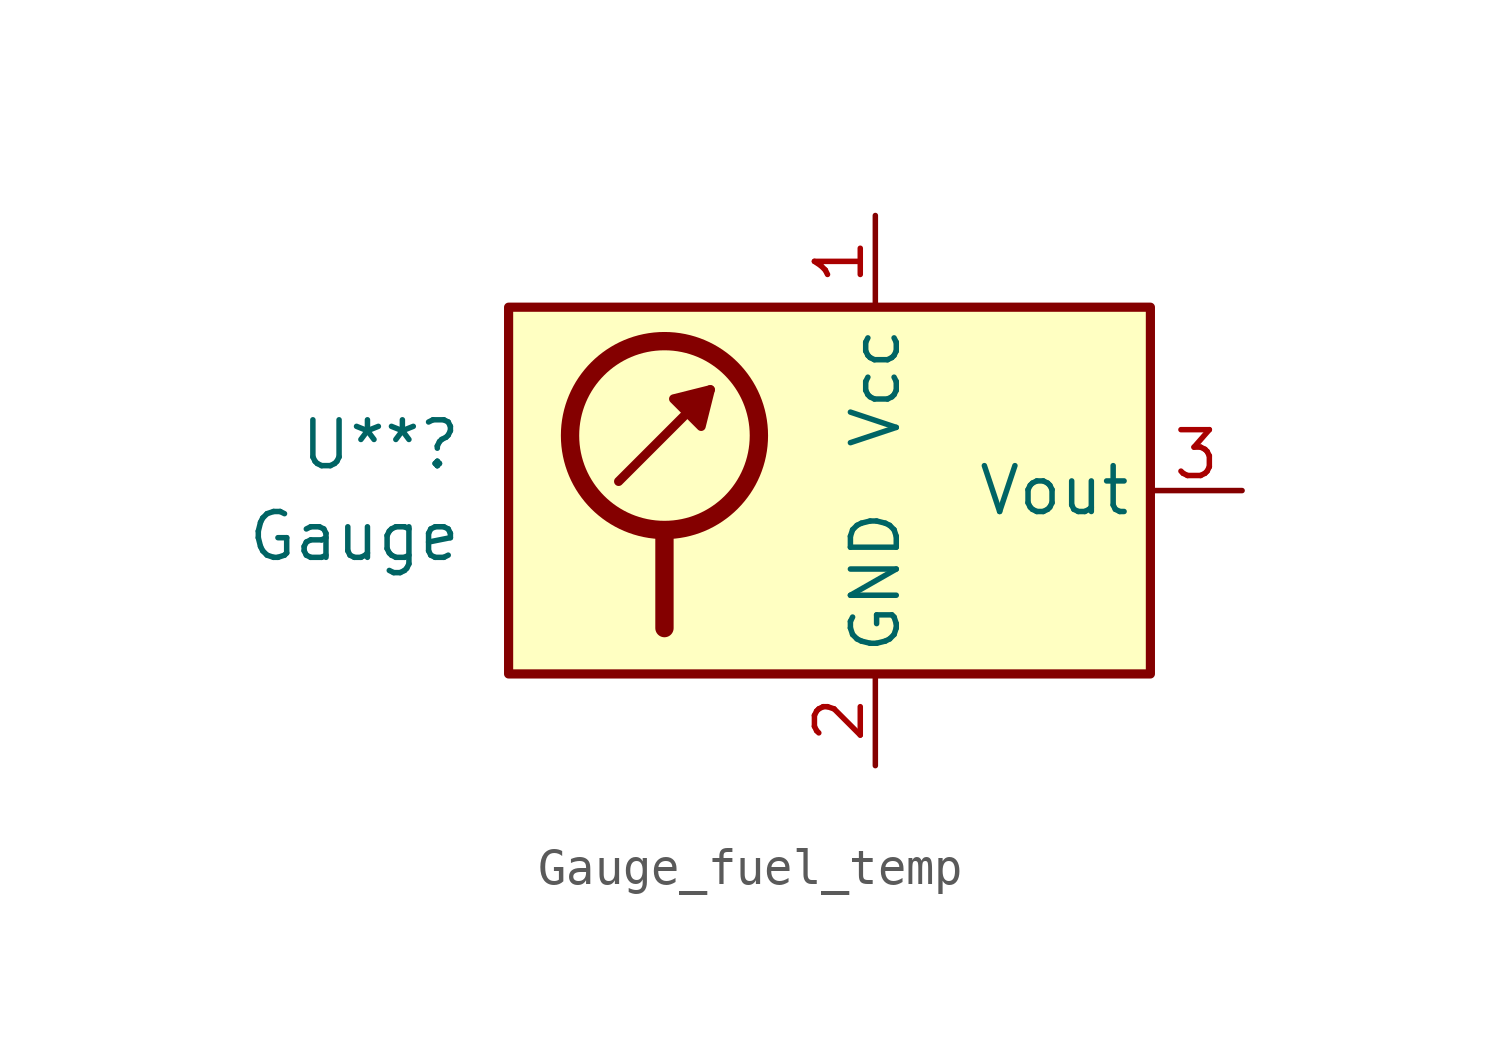
<source format=kicad_sym>
(kicad_symbol_lib
  (version 20241209)
  (generator "kicad_symbol_editor")
  (generator_version "9.0")
  (symbol "Gauge_fuel_temp"
    (property "Reference" "U**"
      (at -11.43 1.27 0)
      (effects (font (size 1.27 1.27)) (justify right)))
    (property "Value" "Gauge"
      (at -11.43 -1.27 0)
      (effects (font (size 1.27 1.27)) (justify right)))
    (symbol "Gauge_fuel_temp_0_1"
      (polyline (pts (xy -7.112 0.254) (xy -4.572 2.794)) (stroke (width 0.254) (type default)) (fill (type none)))
      (circle (center -5.842 1.524) (radius 2.616) (stroke (width 0.508) (type default)) (fill (type none)))
      (polyline (pts (xy -5.842 -1.27) (xy -5.842 -3.81)) (stroke (width 0.508) (type default)) (fill (type none)))
      (polyline (pts (xy -4.572 2.794) (xy -4.826 1.778) (xy -5.588 2.54) (xy -4.572 2.794)) (stroke (width 0.254) (type default)) (fill (type outline))))
    (symbol "Gauge_fuel_temp_1_1"
      (rectangle (start -10.16 5.08) (end 7.62 -5.08) (stroke (width 0.254) (type solid)) (fill (type background)))
      (pin power_in line (at 0 7.62 270) (length 2.54) (name "Vcc" (effects (font (size 1.27 1.27)))) (number "1" (effects (font (size 1.27 1.27)))))
      (pin power_in line (at 0 -7.62 90) (length 2.54) (name "GND" (effects (font (size 1.27 1.27)))) (number "2" (effects (font (size 1.27 1.27)))))
      (pin output line (at 10.16 0 180) (length 2.54) (name "Vout" (effects (font (size 1.27 1.27)))) (number "3" (effects (font (size 1.27 1.27))))))))
</source>
